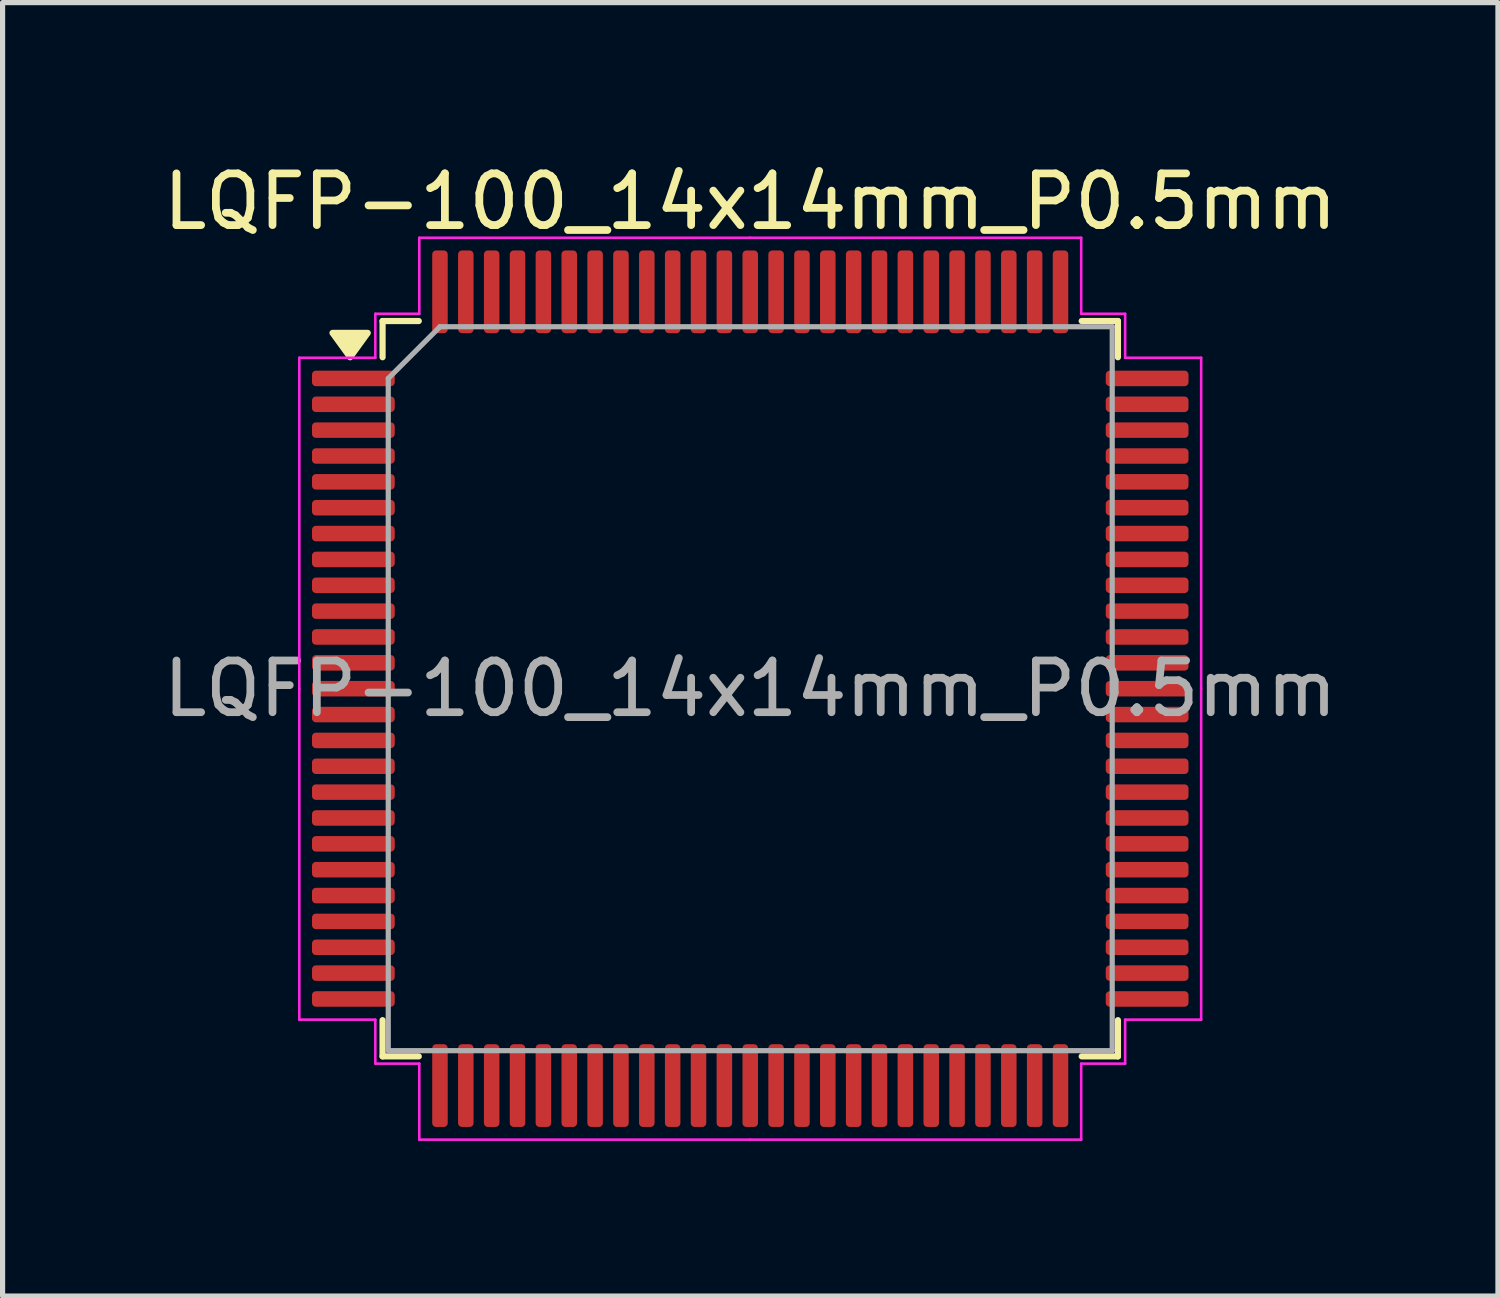
<source format=kicad_pcb>
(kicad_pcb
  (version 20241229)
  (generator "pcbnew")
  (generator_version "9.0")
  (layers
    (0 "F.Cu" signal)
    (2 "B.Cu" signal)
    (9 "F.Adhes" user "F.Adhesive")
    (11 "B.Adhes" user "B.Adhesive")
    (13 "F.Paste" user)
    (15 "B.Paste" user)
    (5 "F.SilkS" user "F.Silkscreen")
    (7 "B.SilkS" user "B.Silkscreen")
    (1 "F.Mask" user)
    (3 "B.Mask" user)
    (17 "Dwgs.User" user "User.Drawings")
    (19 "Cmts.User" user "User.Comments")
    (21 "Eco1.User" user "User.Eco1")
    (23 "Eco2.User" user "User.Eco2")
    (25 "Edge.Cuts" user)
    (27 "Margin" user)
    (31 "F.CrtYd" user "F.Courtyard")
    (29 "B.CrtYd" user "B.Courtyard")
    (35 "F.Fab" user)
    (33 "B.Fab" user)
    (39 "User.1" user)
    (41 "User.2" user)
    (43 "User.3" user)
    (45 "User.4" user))
  (footprint "LQFP-100_14x14mm_P0.5mm"
    (layer "F.Cu")
    (at 11.458 10.268)
    (property "Reference" "LQFP-100_14x14mm_P0.5mm" (at 0 -9.42 0) (layer "F.SilkS") (effects (font (size 1 1) (thickness 0.15))))
    (attr smd)
    (fp_line (start -7.11 -7.11) (end -7.11 -6.41) (stroke (width 0.12) (type solid)) (layer "F.SilkS"))
    (fp_line (start -7.11 7.11) (end -7.11 6.41) (stroke (width 0.12) (type solid)) (layer "F.SilkS"))
    (fp_line (start -6.41 -7.11) (end -7.11 -7.11) (stroke (width 0.12) (type solid)) (layer "F.SilkS"))
    (fp_line (start -6.41 7.11) (end -7.11 7.11) (stroke (width 0.12) (type solid)) (layer "F.SilkS"))
    (fp_line (start 6.41 -7.11) (end 7.11 -7.11) (stroke (width 0.12) (type solid)) (layer "F.SilkS"))
    (fp_line (start 6.41 7.11) (end 7.11 7.11) (stroke (width 0.12) (type solid)) (layer "F.SilkS"))
    (fp_line (start 7.11 -7.11) (end 7.11 -6.41) (stroke (width 0.12) (type solid)) (layer "F.SilkS"))
    (fp_line (start 7.11 7.11) (end 7.11 6.41) (stroke (width 0.12) (type solid)) (layer "F.SilkS"))
    (fp_poly (pts (xy -7.737 -6.41) (xy -8.078 -6.88) (xy -7.397 -6.88) (xy -7.737 -6.41)) (stroke (width 0.12) (type solid)) (fill yes) (layer "F.SilkS"))
    (fp_line (start -8.72 -6.4) (end -8.72 0) (stroke (width 0.05) (type solid)) (layer "F.CrtYd"))
    (fp_line (start -8.72 6.4) (end -8.72 0) (stroke (width 0.05) (type solid)) (layer "F.CrtYd"))
    (fp_line (start -7.25 -7.25) (end -7.25 -6.4) (stroke (width 0.05) (type solid)) (layer "F.CrtYd"))
    (fp_line (start -7.25 -6.4) (end -8.72 -6.4) (stroke (width 0.05) (type solid)) (layer "F.CrtYd"))
    (fp_line (start -7.25 6.4) (end -8.72 6.4) (stroke (width 0.05) (type solid)) (layer "F.CrtYd"))
    (fp_line (start -7.25 7.25) (end -7.25 6.4) (stroke (width 0.05) (type solid)) (layer "F.CrtYd"))
    (fp_line (start -6.4 -8.72) (end -6.4 -7.25) (stroke (width 0.05) (type solid)) (layer "F.CrtYd"))
    (fp_line (start -6.4 -7.25) (end -7.25 -7.25) (stroke (width 0.05) (type solid)) (layer "F.CrtYd"))
    (fp_line (start -6.4 7.25) (end -7.25 7.25) (stroke (width 0.05) (type solid)) (layer "F.CrtYd"))
    (fp_line (start -6.4 8.72) (end -6.4 7.25) (stroke (width 0.05) (type solid)) (layer "F.CrtYd"))
    (fp_line (start 0 -8.72) (end -6.4 -8.72) (stroke (width 0.05) (type solid)) (layer "F.CrtYd"))
    (fp_line (start 0 -8.72) (end 6.4 -8.72) (stroke (width 0.05) (type solid)) (layer "F.CrtYd"))
    (fp_line (start 0 8.72) (end -6.4 8.72) (stroke (width 0.05) (type solid)) (layer "F.CrtYd"))
    (fp_line (start 0 8.72) (end 6.4 8.72) (stroke (width 0.05) (type solid)) (layer "F.CrtYd"))
    (fp_line (start 6.4 -8.72) (end 6.4 -7.25) (stroke (width 0.05) (type solid)) (layer "F.CrtYd"))
    (fp_line (start 6.4 -7.25) (end 7.25 -7.25) (stroke (width 0.05) (type solid)) (layer "F.CrtYd"))
    (fp_line (start 6.4 7.25) (end 7.25 7.25) (stroke (width 0.05) (type solid)) (layer "F.CrtYd"))
    (fp_line (start 6.4 8.72) (end 6.4 7.25) (stroke (width 0.05) (type solid)) (layer "F.CrtYd"))
    (fp_line (start 7.25 -7.25) (end 7.25 -6.4) (stroke (width 0.05) (type solid)) (layer "F.CrtYd"))
    (fp_line (start 7.25 -6.4) (end 8.72 -6.4) (stroke (width 0.05) (type solid)) (layer "F.CrtYd"))
    (fp_line (start 7.25 6.4) (end 8.72 6.4) (stroke (width 0.05) (type solid)) (layer "F.CrtYd"))
    (fp_line (start 7.25 7.25) (end 7.25 6.4) (stroke (width 0.05) (type solid)) (layer "F.CrtYd"))
    (fp_line (start 8.72 -6.4) (end 8.72 0) (stroke (width 0.05) (type solid)) (layer "F.CrtYd"))
    (fp_line (start 8.72 6.4) (end 8.72 0) (stroke (width 0.05) (type solid)) (layer "F.CrtYd"))
    (fp_line (start -7 -6) (end -6 -7) (stroke (width 0.1) (type solid)) (layer "F.Fab"))
    (fp_line (start -7 7) (end -7 -6) (stroke (width 0.1) (type solid)) (layer "F.Fab"))
    (fp_line (start -6 -7) (end 7 -7) (stroke (width 0.1) (type solid)) (layer "F.Fab"))
    (fp_line (start 7 -7) (end 7 7) (stroke (width 0.1) (type solid)) (layer "F.Fab"))
    (fp_line (start 7 7) (end -7 7) (stroke (width 0.1) (type solid)) (layer "F.Fab"))
    (fp_text user "${REFERENCE}" (at 0 0 0) (layer "F.Fab") (effects (font (size 1 1) (thickness 0.15))))
    (pad "1" smd roundrect (at -7.675 -6) (size 1.6 0.3) (layers "F.Cu" "F.Mask" "F.Paste") (roundrect_rratio 0.25))
    (pad "2" smd roundrect (at -7.675 -5.5) (size 1.6 0.3) (layers "F.Cu" "F.Mask" "F.Paste") (roundrect_rratio 0.25))
    (pad "3" smd roundrect (at -7.675 -5) (size 1.6 0.3) (layers "F.Cu" "F.Mask" "F.Paste") (roundrect_rratio 0.25))
    (pad "4" smd roundrect (at -7.675 -4.5) (size 1.6 0.3) (layers "F.Cu" "F.Mask" "F.Paste") (roundrect_rratio 0.25))
    (pad "5" smd roundrect (at -7.675 -4) (size 1.6 0.3) (layers "F.Cu" "F.Mask" "F.Paste") (roundrect_rratio 0.25))
    (pad "6" smd roundrect (at -7.675 -3.5) (size 1.6 0.3) (layers "F.Cu" "F.Mask" "F.Paste") (roundrect_rratio 0.25))
    (pad "7" smd roundrect (at -7.675 -3) (size 1.6 0.3) (layers "F.Cu" "F.Mask" "F.Paste") (roundrect_rratio 0.25))
    (pad "8" smd roundrect (at -7.675 -2.5) (size 1.6 0.3) (layers "F.Cu" "F.Mask" "F.Paste") (roundrect_rratio 0.25))
    (pad "9" smd roundrect (at -7.675 -2) (size 1.6 0.3) (layers "F.Cu" "F.Mask" "F.Paste") (roundrect_rratio 0.25))
    (pad "10" smd roundrect (at -7.675 -1.5) (size 1.6 0.3) (layers "F.Cu" "F.Mask" "F.Paste") (roundrect_rratio 0.25))
    (pad "11" smd roundrect (at -7.675 -1) (size 1.6 0.3) (layers "F.Cu" "F.Mask" "F.Paste") (roundrect_rratio 0.25))
    (pad "12" smd roundrect (at -7.675 -0.5) (size 1.6 0.3) (layers "F.Cu" "F.Mask" "F.Paste") (roundrect_rratio 0.25))
    (pad "13" smd roundrect (at -7.675 0) (size 1.6 0.3) (layers "F.Cu" "F.Mask" "F.Paste") (roundrect_rratio 0.25))
    (pad "14" smd roundrect (at -7.675 0.5) (size 1.6 0.3) (layers "F.Cu" "F.Mask" "F.Paste") (roundrect_rratio 0.25))
    (pad "15" smd roundrect (at -7.675 1) (size 1.6 0.3) (layers "F.Cu" "F.Mask" "F.Paste") (roundrect_rratio 0.25))
    (pad "16" smd roundrect (at -7.675 1.5) (size 1.6 0.3) (layers "F.Cu" "F.Mask" "F.Paste") (roundrect_rratio 0.25))
    (pad "17" smd roundrect (at -7.675 2) (size 1.6 0.3) (layers "F.Cu" "F.Mask" "F.Paste") (roundrect_rratio 0.25))
    (pad "18" smd roundrect (at -7.675 2.5) (size 1.6 0.3) (layers "F.Cu" "F.Mask" "F.Paste") (roundrect_rratio 0.25))
    (pad "19" smd roundrect (at -7.675 3) (size 1.6 0.3) (layers "F.Cu" "F.Mask" "F.Paste") (roundrect_rratio 0.25))
    (pad "20" smd roundrect (at -7.675 3.5) (size 1.6 0.3) (layers "F.Cu" "F.Mask" "F.Paste") (roundrect_rratio 0.25))
    (pad "21" smd roundrect (at -7.675 4) (size 1.6 0.3) (layers "F.Cu" "F.Mask" "F.Paste") (roundrect_rratio 0.25))
    (pad "22" smd roundrect (at -7.675 4.5) (size 1.6 0.3) (layers "F.Cu" "F.Mask" "F.Paste") (roundrect_rratio 0.25))
    (pad "23" smd roundrect (at -7.675 5) (size 1.6 0.3) (layers "F.Cu" "F.Mask" "F.Paste") (roundrect_rratio 0.25))
    (pad "24" smd roundrect (at -7.675 5.5) (size 1.6 0.3) (layers "F.Cu" "F.Mask" "F.Paste") (roundrect_rratio 0.25))
    (pad "25" smd roundrect (at -7.675 6) (size 1.6 0.3) (layers "F.Cu" "F.Mask" "F.Paste") (roundrect_rratio 0.25))
    (pad "26" smd roundrect (at -6 7.675) (size 0.3 1.6) (layers "F.Cu" "F.Mask" "F.Paste") (roundrect_rratio 0.25))
    (pad "27" smd roundrect (at -5.5 7.675) (size 0.3 1.6) (layers "F.Cu" "F.Mask" "F.Paste") (roundrect_rratio 0.25))
    (pad "28" smd roundrect (at -5 7.675) (size 0.3 1.6) (layers "F.Cu" "F.Mask" "F.Paste") (roundrect_rratio 0.25))
    (pad "29" smd roundrect (at -4.5 7.675) (size 0.3 1.6) (layers "F.Cu" "F.Mask" "F.Paste") (roundrect_rratio 0.25))
    (pad "30" smd roundrect (at -4 7.675) (size 0.3 1.6) (layers "F.Cu" "F.Mask" "F.Paste") (roundrect_rratio 0.25))
    (pad "31" smd roundrect (at -3.5 7.675) (size 0.3 1.6) (layers "F.Cu" "F.Mask" "F.Paste") (roundrect_rratio 0.25))
    (pad "32" smd roundrect (at -3 7.675) (size 0.3 1.6) (layers "F.Cu" "F.Mask" "F.Paste") (roundrect_rratio 0.25))
    (pad "33" smd roundrect (at -2.5 7.675) (size 0.3 1.6) (layers "F.Cu" "F.Mask" "F.Paste") (roundrect_rratio 0.25))
    (pad "34" smd roundrect (at -2 7.675) (size 0.3 1.6) (layers "F.Cu" "F.Mask" "F.Paste") (roundrect_rratio 0.25))
    (pad "35" smd roundrect (at -1.5 7.675) (size 0.3 1.6) (layers "F.Cu" "F.Mask" "F.Paste") (roundrect_rratio 0.25))
    (pad "36" smd roundrect (at -1 7.675) (size 0.3 1.6) (layers "F.Cu" "F.Mask" "F.Paste") (roundrect_rratio 0.25))
    (pad "37" smd roundrect (at -0.5 7.675) (size 0.3 1.6) (layers "F.Cu" "F.Mask" "F.Paste") (roundrect_rratio 0.25))
    (pad "38" smd roundrect (at 0 7.675) (size 0.3 1.6) (layers "F.Cu" "F.Mask" "F.Paste") (roundrect_rratio 0.25))
    (pad "39" smd roundrect (at 0.5 7.675) (size 0.3 1.6) (layers "F.Cu" "F.Mask" "F.Paste") (roundrect_rratio 0.25))
    (pad "40" smd roundrect (at 1 7.675) (size 0.3 1.6) (layers "F.Cu" "F.Mask" "F.Paste") (roundrect_rratio 0.25))
    (pad "41" smd roundrect (at 1.5 7.675) (size 0.3 1.6) (layers "F.Cu" "F.Mask" "F.Paste") (roundrect_rratio 0.25))
    (pad "42" smd roundrect (at 2 7.675) (size 0.3 1.6) (layers "F.Cu" "F.Mask" "F.Paste") (roundrect_rratio 0.25))
    (pad "43" smd roundrect (at 2.5 7.675) (size 0.3 1.6) (layers "F.Cu" "F.Mask" "F.Paste") (roundrect_rratio 0.25))
    (pad "44" smd roundrect (at 3 7.675) (size 0.3 1.6) (layers "F.Cu" "F.Mask" "F.Paste") (roundrect_rratio 0.25))
    (pad "45" smd roundrect (at 3.5 7.675) (size 0.3 1.6) (layers "F.Cu" "F.Mask" "F.Paste") (roundrect_rratio 0.25))
    (pad "46" smd roundrect (at 4 7.675) (size 0.3 1.6) (layers "F.Cu" "F.Mask" "F.Paste") (roundrect_rratio 0.25))
    (pad "47" smd roundrect (at 4.5 7.675) (size 0.3 1.6) (layers "F.Cu" "F.Mask" "F.Paste") (roundrect_rratio 0.25))
    (pad "48" smd roundrect (at 5 7.675) (size 0.3 1.6) (layers "F.Cu" "F.Mask" "F.Paste") (roundrect_rratio 0.25))
    (pad "49" smd roundrect (at 5.5 7.675) (size 0.3 1.6) (layers "F.Cu" "F.Mask" "F.Paste") (roundrect_rratio 0.25))
    (pad "50" smd roundrect (at 6 7.675) (size 0.3 1.6) (layers "F.Cu" "F.Mask" "F.Paste") (roundrect_rratio 0.25))
    (pad "51" smd roundrect (at 7.675 6) (size 1.6 0.3) (layers "F.Cu" "F.Mask" "F.Paste") (roundrect_rratio 0.25))
    (pad "52" smd roundrect (at 7.675 5.5) (size 1.6 0.3) (layers "F.Cu" "F.Mask" "F.Paste") (roundrect_rratio 0.25))
    (pad "53" smd roundrect (at 7.675 5) (size 1.6 0.3) (layers "F.Cu" "F.Mask" "F.Paste") (roundrect_rratio 0.25))
    (pad "54" smd roundrect (at 7.675 4.5) (size 1.6 0.3) (layers "F.Cu" "F.Mask" "F.Paste") (roundrect_rratio 0.25))
    (pad "55" smd roundrect (at 7.675 4) (size 1.6 0.3) (layers "F.Cu" "F.Mask" "F.Paste") (roundrect_rratio 0.25))
    (pad "56" smd roundrect (at 7.675 3.5) (size 1.6 0.3) (layers "F.Cu" "F.Mask" "F.Paste") (roundrect_rratio 0.25))
    (pad "57" smd roundrect (at 7.675 3) (size 1.6 0.3) (layers "F.Cu" "F.Mask" "F.Paste") (roundrect_rratio 0.25))
    (pad "58" smd roundrect (at 7.675 2.5) (size 1.6 0.3) (layers "F.Cu" "F.Mask" "F.Paste") (roundrect_rratio 0.25))
    (pad "59" smd roundrect (at 7.675 2) (size 1.6 0.3) (layers "F.Cu" "F.Mask" "F.Paste") (roundrect_rratio 0.25))
    (pad "60" smd roundrect (at 7.675 1.5) (size 1.6 0.3) (layers "F.Cu" "F.Mask" "F.Paste") (roundrect_rratio 0.25))
    (pad "61" smd roundrect (at 7.675 1) (size 1.6 0.3) (layers "F.Cu" "F.Mask" "F.Paste") (roundrect_rratio 0.25))
    (pad "62" smd roundrect (at 7.675 0.5) (size 1.6 0.3) (layers "F.Cu" "F.Mask" "F.Paste") (roundrect_rratio 0.25))
    (pad "63" smd roundrect (at 7.675 0) (size 1.6 0.3) (layers "F.Cu" "F.Mask" "F.Paste") (roundrect_rratio 0.25))
    (pad "64" smd roundrect (at 7.675 -0.5) (size 1.6 0.3) (layers "F.Cu" "F.Mask" "F.Paste") (roundrect_rratio 0.25))
    (pad "65" smd roundrect (at 7.675 -1) (size 1.6 0.3) (layers "F.Cu" "F.Mask" "F.Paste") (roundrect_rratio 0.25))
    (pad "66" smd roundrect (at 7.675 -1.5) (size 1.6 0.3) (layers "F.Cu" "F.Mask" "F.Paste") (roundrect_rratio 0.25))
    (pad "67" smd roundrect (at 7.675 -2) (size 1.6 0.3) (layers "F.Cu" "F.Mask" "F.Paste") (roundrect_rratio 0.25))
    (pad "68" smd roundrect (at 7.675 -2.5) (size 1.6 0.3) (layers "F.Cu" "F.Mask" "F.Paste") (roundrect_rratio 0.25))
    (pad "69" smd roundrect (at 7.675 -3) (size 1.6 0.3) (layers "F.Cu" "F.Mask" "F.Paste") (roundrect_rratio 0.25))
    (pad "70" smd roundrect (at 7.675 -3.5) (size 1.6 0.3) (layers "F.Cu" "F.Mask" "F.Paste") (roundrect_rratio 0.25))
    (pad "71" smd roundrect (at 7.675 -4) (size 1.6 0.3) (layers "F.Cu" "F.Mask" "F.Paste") (roundrect_rratio 0.25))
    (pad "72" smd roundrect (at 7.675 -4.5) (size 1.6 0.3) (layers "F.Cu" "F.Mask" "F.Paste") (roundrect_rratio 0.25))
    (pad "73" smd roundrect (at 7.675 -5) (size 1.6 0.3) (layers "F.Cu" "F.Mask" "F.Paste") (roundrect_rratio 0.25))
    (pad "74" smd roundrect (at 7.675 -5.5) (size 1.6 0.3) (layers "F.Cu" "F.Mask" "F.Paste") (roundrect_rratio 0.25))
    (pad "75" smd roundrect (at 7.675 -6) (size 1.6 0.3) (layers "F.Cu" "F.Mask" "F.Paste") (roundrect_rratio 0.25))
    (pad "76" smd roundrect (at 6 -7.675) (size 0.3 1.6) (layers "F.Cu" "F.Mask" "F.Paste") (roundrect_rratio 0.25))
    (pad "77" smd roundrect (at 5.5 -7.675) (size 0.3 1.6) (layers "F.Cu" "F.Mask" "F.Paste") (roundrect_rratio 0.25))
    (pad "78" smd roundrect (at 5 -7.675) (size 0.3 1.6) (layers "F.Cu" "F.Mask" "F.Paste") (roundrect_rratio 0.25))
    (pad "79" smd roundrect (at 4.5 -7.675) (size 0.3 1.6) (layers "F.Cu" "F.Mask" "F.Paste") (roundrect_rratio 0.25))
    (pad "80" smd roundrect (at 4 -7.675) (size 0.3 1.6) (layers "F.Cu" "F.Mask" "F.Paste") (roundrect_rratio 0.25))
    (pad "81" smd roundrect (at 3.5 -7.675) (size 0.3 1.6) (layers "F.Cu" "F.Mask" "F.Paste") (roundrect_rratio 0.25))
    (pad "82" smd roundrect (at 3 -7.675) (size 0.3 1.6) (layers "F.Cu" "F.Mask" "F.Paste") (roundrect_rratio 0.25))
    (pad "83" smd roundrect (at 2.5 -7.675) (size 0.3 1.6) (layers "F.Cu" "F.Mask" "F.Paste") (roundrect_rratio 0.25))
    (pad "84" smd roundrect (at 2 -7.675) (size 0.3 1.6) (layers "F.Cu" "F.Mask" "F.Paste") (roundrect_rratio 0.25))
    (pad "85" smd roundrect (at 1.5 -7.675) (size 0.3 1.6) (layers "F.Cu" "F.Mask" "F.Paste") (roundrect_rratio 0.25))
    (pad "86" smd roundrect (at 1 -7.675) (size 0.3 1.6) (layers "F.Cu" "F.Mask" "F.Paste") (roundrect_rratio 0.25))
    (pad "87" smd roundrect (at 0.5 -7.675) (size 0.3 1.6) (layers "F.Cu" "F.Mask" "F.Paste") (roundrect_rratio 0.25))
    (pad "88" smd roundrect (at 0 -7.675) (size 0.3 1.6) (layers "F.Cu" "F.Mask" "F.Paste") (roundrect_rratio 0.25))
    (pad "89" smd roundrect (at -0.5 -7.675) (size 0.3 1.6) (layers "F.Cu" "F.Mask" "F.Paste") (roundrect_rratio 0.25))
    (pad "90" smd roundrect (at -1 -7.675) (size 0.3 1.6) (layers "F.Cu" "F.Mask" "F.Paste") (roundrect_rratio 0.25))
    (pad "91" smd roundrect (at -1.5 -7.675) (size 0.3 1.6) (layers "F.Cu" "F.Mask" "F.Paste") (roundrect_rratio 0.25))
    (pad "92" smd roundrect (at -2 -7.675) (size 0.3 1.6) (layers "F.Cu" "F.Mask" "F.Paste") (roundrect_rratio 0.25))
    (pad "93" smd roundrect (at -2.5 -7.675) (size 0.3 1.6) (layers "F.Cu" "F.Mask" "F.Paste") (roundrect_rratio 0.25))
    (pad "94" smd roundrect (at -3 -7.675) (size 0.3 1.6) (layers "F.Cu" "F.Mask" "F.Paste") (roundrect_rratio 0.25))
    (pad "95" smd roundrect (at -3.5 -7.675) (size 0.3 1.6) (layers "F.Cu" "F.Mask" "F.Paste") (roundrect_rratio 0.25))
    (pad "96" smd roundrect (at -4 -7.675) (size 0.3 1.6) (layers "F.Cu" "F.Mask" "F.Paste") (roundrect_rratio 0.25))
    (pad "97" smd roundrect (at -4.5 -7.675) (size 0.3 1.6) (layers "F.Cu" "F.Mask" "F.Paste") (roundrect_rratio 0.25))
    (pad "98" smd roundrect (at -5 -7.675) (size 0.3 1.6) (layers "F.Cu" "F.Mask" "F.Paste") (roundrect_rratio 0.25))
    (pad "99" smd roundrect (at -5.5 -7.675) (size 0.3 1.6) (layers "F.Cu" "F.Mask" "F.Paste") (roundrect_rratio 0.25))
    (pad "100" smd roundrect (at -6 -7.675) (size 0.3 1.6) (layers "F.Cu" "F.Mask" "F.Paste") (roundrect_rratio 0.25)))
  (gr_rect
    (start -3 -3)
    (end 25.917 22.013)
    (stroke (width 0.1) (type default))
    (fill no)
    (layer "Edge.Cuts")))
</source>
